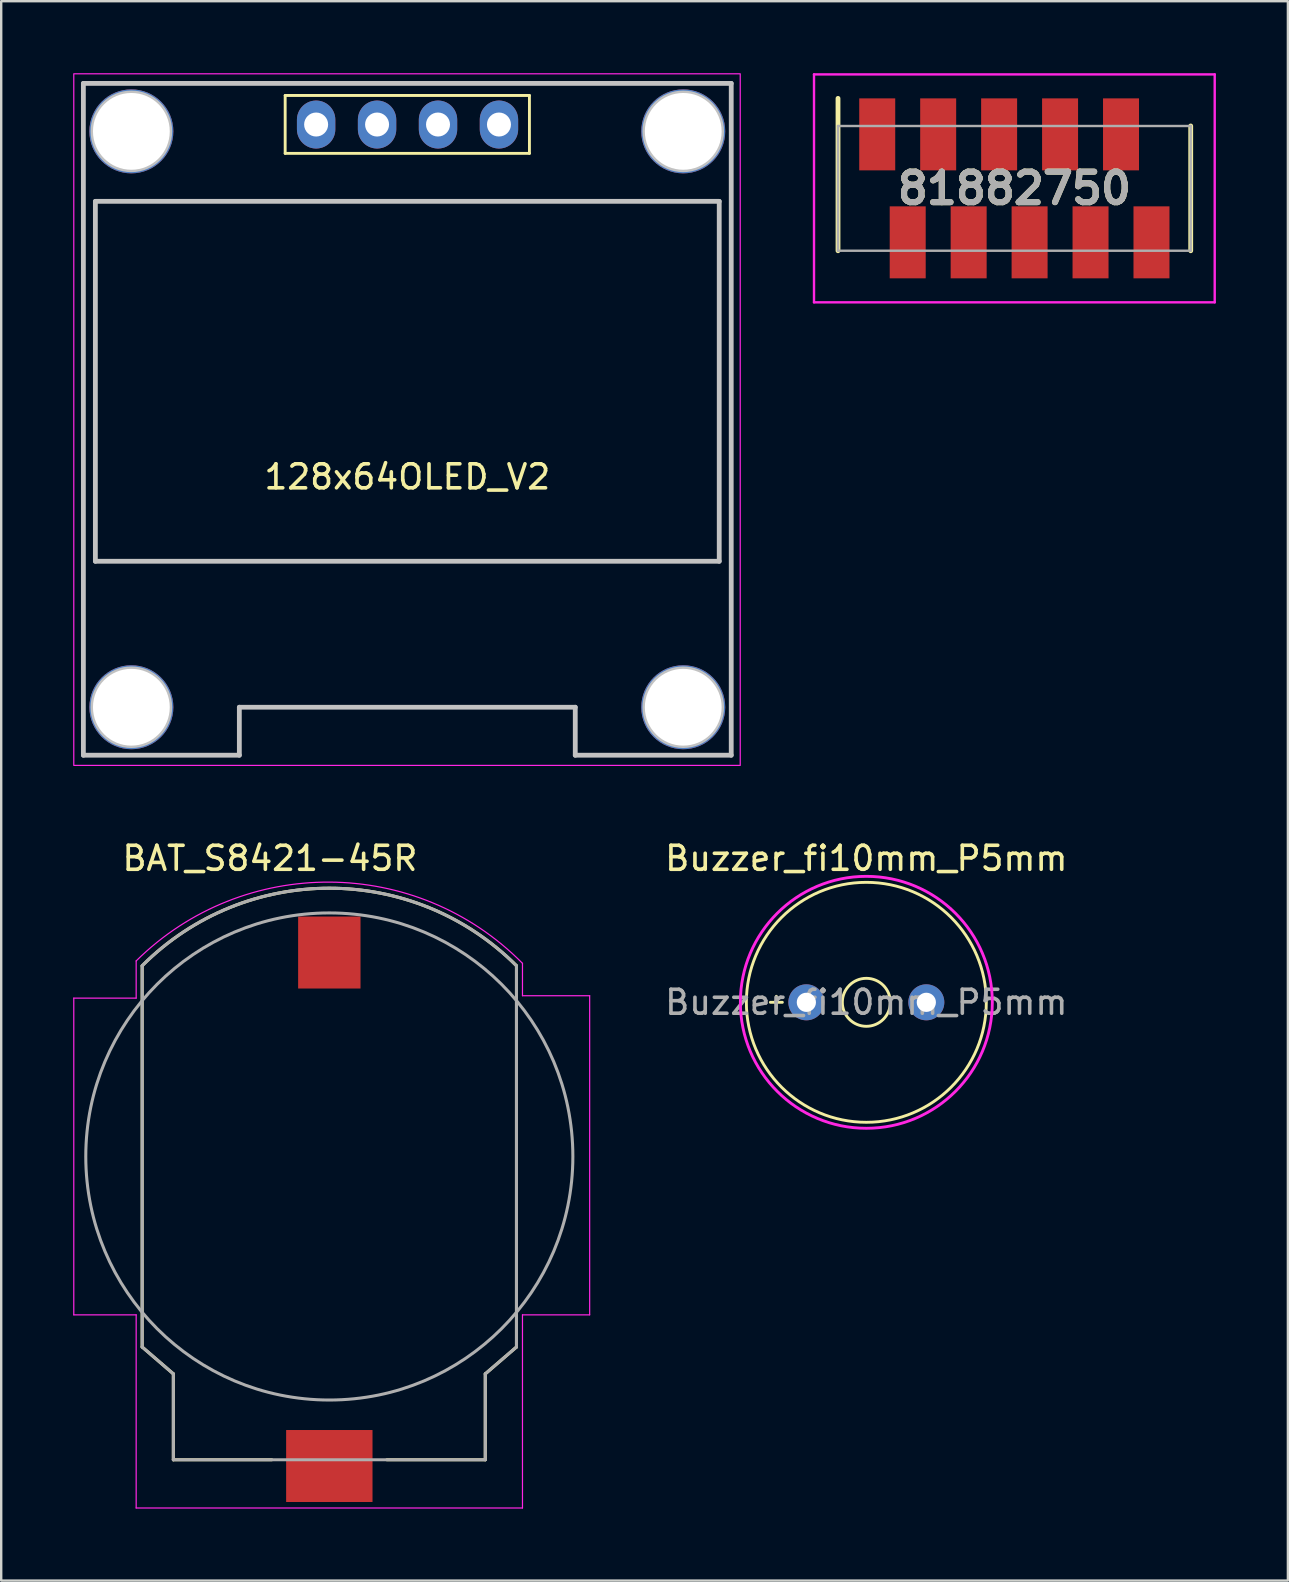
<source format=kicad_pcb>
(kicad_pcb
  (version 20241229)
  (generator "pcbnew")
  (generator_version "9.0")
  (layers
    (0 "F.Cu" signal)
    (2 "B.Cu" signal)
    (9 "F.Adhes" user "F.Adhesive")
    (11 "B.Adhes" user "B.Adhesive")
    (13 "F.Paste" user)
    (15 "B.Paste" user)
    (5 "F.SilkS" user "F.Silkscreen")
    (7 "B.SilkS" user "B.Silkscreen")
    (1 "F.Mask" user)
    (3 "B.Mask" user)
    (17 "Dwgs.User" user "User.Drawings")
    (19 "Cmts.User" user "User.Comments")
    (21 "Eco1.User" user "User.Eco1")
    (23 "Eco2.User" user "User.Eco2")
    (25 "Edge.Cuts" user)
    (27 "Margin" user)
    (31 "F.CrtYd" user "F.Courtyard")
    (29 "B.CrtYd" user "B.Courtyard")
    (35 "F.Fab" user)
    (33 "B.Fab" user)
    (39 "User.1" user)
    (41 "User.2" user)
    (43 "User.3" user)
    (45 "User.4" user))
  (footprint "81882750"
    (layer "F.Cu")
    (at 39.225 4.8)
    (property "Reference" "81882750" (at 0 0 0) (layer "F.SilkS") (effects (font (size 1.27 1.27) (thickness 0.254))))
    (attr smd)
    (fp_line (start -7.35 -3.75) (end -7.35 2.6) (stroke (width 0.2) (type solid)) (layer "F.SilkS"))
    (fp_line (start 7.35 -2.6) (end 7.35 2.6) (stroke (width 0.2) (type solid)) (layer "F.SilkS"))
    (fp_line (start -8.35 -4.75) (end 8.35 -4.75) (stroke (width 0.1) (type solid)) (layer "F.CrtYd"))
    (fp_line (start -8.35 4.75) (end -8.35 -4.75) (stroke (width 0.1) (type solid)) (layer "F.CrtYd"))
    (fp_line (start 8.35 -4.75) (end 8.35 4.75) (stroke (width 0.1) (type solid)) (layer "F.CrtYd"))
    (fp_line (start 8.35 4.75) (end -8.35 4.75) (stroke (width 0.1) (type solid)) (layer "F.CrtYd"))
    (fp_line (start -7.35 -2.6) (end -7.35 2.6) (stroke (width 0.1) (type solid)) (layer "F.Fab"))
    (fp_line (start -7.35 2.6) (end 7.35 2.6) (stroke (width 0.1) (type solid)) (layer "F.Fab"))
    (fp_line (start 7.35 -2.6) (end -7.35 -2.6) (stroke (width 0.1) (type solid)) (layer "F.Fab"))
    (fp_line (start 7.35 2.6) (end 7.35 -2.6) (stroke (width 0.1) (type solid)) (layer "F.Fab"))
    (fp_text user "${REFERENCE}" (at 0 0 0) (layer "F.Fab") (effects (font (size 1.27 1.27) (thickness 0.254))))
    (pad "1" smd rect (at -5.715 -2.25) (size 1.5 3) (layers "F.Cu" "F.Mask" "F.Paste"))
    (pad "2" smd rect (at -4.445 2.25) (size 1.5 3) (layers "F.Cu" "F.Mask" "F.Paste"))
    (pad "3" smd rect (at -3.175 -2.25) (size 1.5 3) (layers "F.Cu" "F.Mask" "F.Paste"))
    (pad "4" smd rect (at -1.905 2.25) (size 1.5 3) (layers "F.Cu" "F.Mask" "F.Paste"))
    (pad "5" smd rect (at -0.635 -2.25) (size 1.5 3) (layers "F.Cu" "F.Mask" "F.Paste"))
    (pad "6" smd rect (at 0.635 2.25) (size 1.5 3) (layers "F.Cu" "F.Mask" "F.Paste"))
    (pad "7" smd rect (at 1.905 -2.25) (size 1.5 3) (layers "F.Cu" "F.Mask" "F.Paste"))
    (pad "8" smd rect (at 3.175 2.25) (size 1.5 3) (layers "F.Cu" "F.Mask" "F.Paste"))
    (pad "9" smd rect (at 4.445 -2.25) (size 1.5 3) (layers "F.Cu" "F.Mask" "F.Paste"))
    (pad "10" smd rect (at 5.715 2.25) (size 1.5 3) (layers "F.Cu" "F.Mask" "F.Paste")))
  (footprint "BAT_S8421-45R"
    (layer "F.Cu")
    (at 10.675 45.148)
    (property "Reference" "BAT_S8421-45R" (at -2.475 -12.425 0) (layer "F.SilkS") (effects (font (size 1 1) (thickness 0.15))))
    (attr through_hole)
    (fp_line (start -7.8 7.94) (end -7.8 -7.94) (stroke (width 0.127) (type solid)) (layer "F.SilkS"))
    (fp_line (start -6.5 9.06) (end -7.8 7.94) (stroke (width 0.127) (type solid)) (layer "F.SilkS"))
    (fp_line (start -6.5 12.64) (end -6.5 9.06) (stroke (width 0.127) (type solid)) (layer "F.SilkS"))
    (fp_line (start -2.4 12.64) (end -6.5 12.64) (stroke (width 0.127) (type solid)) (layer "F.SilkS"))
    (fp_line (start 6.5 9.06) (end 6.5 12.64) (stroke (width 0.127) (type solid)) (layer "F.SilkS"))
    (fp_line (start 6.5 12.64) (end 2.4 12.64) (stroke (width 0.127) (type solid)) (layer "F.SilkS"))
    (fp_line (start 7.8 -7.94) (end 7.8 7.94) (stroke (width 0.127) (type solid)) (layer "F.SilkS"))
    (fp_line (start 7.8 7.94) (end 6.5 9.06) (stroke (width 0.127) (type solid)) (layer "F.SilkS"))
    (fp_arc (start -7.8 -7.95) (mid 0 -11.180866) (end 7.8 -7.95) (stroke (width 0.127) (type solid)) (layer "F.SilkS"))
    (fp_line (start -10.65 -6.6) (end -10.65 6.6) (stroke (width 0.05) (type solid)) (layer "F.CrtYd"))
    (fp_line (start -10.65 6.6) (end -8.05 6.6) (stroke (width 0.05) (type solid)) (layer "F.CrtYd"))
    (fp_line (start -8.05 -8.15) (end -8.05 -6.6) (stroke (width 0.05) (type solid)) (layer "F.CrtYd"))
    (fp_line (start -8.05 -6.6) (end -10.65 -6.6) (stroke (width 0.05) (type solid)) (layer "F.CrtYd"))
    (fp_line (start -8.05 6.6) (end -8.05 14.65) (stroke (width 0.05) (type solid)) (layer "F.CrtYd"))
    (fp_line (start -8.05 14.65) (end 8.05 14.65) (stroke (width 0.05) (type solid)) (layer "F.CrtYd"))
    (fp_line (start 8.05 -6.7) (end 8.05 -8.05) (stroke (width 0.05) (type solid)) (layer "F.CrtYd"))
    (fp_line (start 8.05 6.6) (end 10.85 6.6) (stroke (width 0.05) (type solid)) (layer "F.CrtYd"))
    (fp_line (start 8.05 14.65) (end 8.05 6.6) (stroke (width 0.05) (type solid)) (layer "F.CrtYd"))
    (fp_line (start 10.85 -6.7) (end 8.05 -6.7) (stroke (width 0.05) (type solid)) (layer "F.CrtYd"))
    (fp_line (start 10.85 6.6) (end 10.85 -6.7) (stroke (width 0.05) (type solid)) (layer "F.CrtYd"))
    (fp_arc (start -8.05 -8.15) (mid 0.020711 -11.434419) (end 8.05 -8.05) (stroke (width 0.05) (type solid)) (layer "F.CrtYd"))
    (fp_line (start -7.8 7.94) (end -7.8 -7.94) (stroke (width 0.127) (type solid)) (layer "F.Fab"))
    (fp_line (start -6.5 9.06) (end -7.8 7.94) (stroke (width 0.127) (type solid)) (layer "F.Fab"))
    (fp_line (start -6.5 12.64) (end -6.5 9.06) (stroke (width 0.127) (type solid)) (layer "F.Fab"))
    (fp_line (start 6.5 9.06) (end 6.5 12.64) (stroke (width 0.127) (type solid)) (layer "F.Fab"))
    (fp_line (start 6.5 12.64) (end -6.5 12.64) (stroke (width 0.127) (type solid)) (layer "F.Fab"))
    (fp_line (start 7.8 -7.94) (end 7.8 7.94) (stroke (width 0.127) (type solid)) (layer "F.Fab"))
    (fp_line (start 7.8 7.94) (end 6.5 9.06) (stroke (width 0.127) (type solid)) (layer "F.Fab"))
    (fp_arc (start -7.8 -7.95) (mid 0 -11.180866) (end 7.8 -7.95) (stroke (width 0.127) (type solid)) (layer "F.Fab"))
    (fp_circle (center 0 0) (end 10.15 0) (stroke (width 0.127) (type solid)) (fill no) (layer "F.Fab"))
    (pad "+" smd rect (at 0 12.9) (size 3.6 3) (layers "F.Cu" "F.Mask" "F.Paste"))
    (pad "-" smd rect (at 0 -8.5) (size 2.6 3) (layers "F.Cu" "F.Mask" "F.Paste")))
  (footprint "128x64OLED_V2"
    (layer "F.Cu")
    (at 13.925 14.425)
    (property "Reference" "128x64OLED_V2" (at 0 2.4 0) (layer "F.SilkS") (effects (font (size 1 1) (thickness 0.15))))
    (attr through_hole)
    (fp_line (start -5.09 -13.496) (end -5.09 -11.083) (stroke (width 0.12) (type solid)) (layer "F.SilkS"))
    (fp_line (start -5.09 -13.496) (end 5.09 -13.496) (stroke (width 0.12) (type solid)) (layer "F.SilkS"))
    (fp_line (start 5.09 -13.496) (end 5.09 -11.083) (stroke (width 0.12) (type solid)) (layer "F.SilkS"))
    (fp_line (start 5.09 -11.083) (end -5.09 -11.083) (stroke (width 0.12) (type solid)) (layer "F.SilkS"))
    (fp_line (start -13.5 -14) (end -13.5 14) (stroke (width 0.2) (type solid)) (layer "Dwgs.User"))
    (fp_line (start -13.5 -14) (end 13.5 -14) (stroke (width 0.2) (type solid)) (layer "Dwgs.User"))
    (fp_line (start -13.5 14) (end -7 14) (stroke (width 0.2) (type solid)) (layer "Dwgs.User"))
    (fp_line (start -13 -9.083) (end -13 5.917) (stroke (width 0.2) (type solid)) (layer "Dwgs.User"))
    (fp_line (start -13 -9.083) (end 13 -9.083) (stroke (width 0.2) (type solid)) (layer "Dwgs.User"))
    (fp_line (start -13 5.917) (end 13 5.917) (stroke (width 0.2) (type solid)) (layer "Dwgs.User"))
    (fp_line (start -7 12) (end -7 14) (stroke (width 0.2) (type solid)) (layer "Dwgs.User"))
    (fp_line (start -7 12) (end 7 12) (stroke (width 0.2) (type solid)) (layer "Dwgs.User"))
    (fp_line (start 7 12) (end 7 14) (stroke (width 0.2) (type solid)) (layer "Dwgs.User"))
    (fp_line (start 7 14) (end 13.5 14) (stroke (width 0.2) (type solid)) (layer "Dwgs.User"))
    (fp_line (start 13 -9.083) (end 13 5.917) (stroke (width 0.2) (type solid)) (layer "Dwgs.User"))
    (fp_line (start 13.5 -14) (end 13.5 14) (stroke (width 0.2) (type solid)) (layer "Dwgs.User"))
    (fp_circle (center -11.5 -12) (end -9.9 -12) (stroke (width 0.2) (type solid)) (fill no) (layer "Dwgs.User"))
    (fp_circle (center -11.5 12) (end -9.9 12) (stroke (width 0.2) (type solid)) (fill no) (layer "Dwgs.User"))
    (fp_circle (center 11.5 -12) (end 13.1 -12) (stroke (width 0.2) (type solid)) (fill no) (layer "Dwgs.User"))
    (fp_circle (center 11.5 12) (end 13.1 12) (stroke (width 0.2) (type solid)) (fill no) (layer "Dwgs.User"))
    (fp_rect (start -13.9 -14.4) (end 13.875 14.425) (stroke (width 0.05) (type default)) (fill no) (layer "F.CrtYd"))
    (pad "" np_thru_hole circle (at -11.5 -12) (size 3.5 3.5) (drill 3.2) (layers "*.Cu" "*.Mask"))
    (pad "" np_thru_hole circle (at -11.5 12) (size 3.5 3.5) (drill 3.2) (layers "*.Cu" "*.Mask"))
    (pad "" np_thru_hole circle (at 11.5 -12) (size 3.5 3.5) (drill 3.2) (layers "*.Cu" "*.Mask"))
    (pad "" np_thru_hole circle (at 11.5 12) (size 3.5 3.5) (drill 3.2) (layers "*.Cu" "*.Mask"))
    (pad "1" thru_hole oval (at -3.8 -12.285 90) (size 2 1.6) (drill 1) (layers "*.Cu" "*.Mask"))
    (pad "2" thru_hole oval (at -1.26 -12.285 90) (size 2 1.6) (drill 1) (layers "*.Cu" "*.Mask"))
    (pad "3" thru_hole oval (at 1.28 -12.285 90) (size 2 1.6) (drill 1) (layers "*.Cu" "*.Mask"))
    (pad "4" thru_hole oval (at 3.82 -12.285 90) (size 2 1.6) (drill 1) (layers "*.Cu" "*.Mask")))
  (footprint "Buzzer_fi10mm_P5mm"
    (layer "F.Cu")
    (at 33.056 38.723)
    (property "Reference" "Buzzer_fi10mm_P5mm" (at 0 -6 0) (unlocked yes) (layer "F.SilkS") (effects (font (size 1 1) (thickness 0.15))))
    (attr through_hole)
    (fp_line (start -4 0) (end -3.5 0) (stroke (width 0.12) (type solid)) (layer "F.SilkS"))
    (fp_line (start -3.75 0.25) (end -3.75 -0.25) (stroke (width 0.12) (type solid)) (layer "F.SilkS"))
    (fp_circle (center 0 0) (end 1 0) (stroke (width 0.12) (type solid)) (fill no) (layer "F.SilkS"))
    (fp_circle (center 0 0) (end 5 0) (stroke (width 0.12) (type solid)) (fill no) (layer "F.SilkS"))
    (fp_circle (center 0 0) (end 5.25 0) (stroke (width 0.12) (type solid)) (fill no) (layer "F.CrtYd"))
    (fp_text user "${REFERENCE}" (at 0 0 0) (unlocked yes) (layer "F.Fab") (effects (font (size 1 1) (thickness 0.15))))
    (pad "1" thru_hole circle (at -2.5 0) (size 1.5 1.5) (drill 0.8) (layers "*.Cu" "*.Mask"))
    (pad "2" thru_hole circle (at 2.5 0) (size 1.5 1.5) (drill 0.8) (layers "*.Cu" "*.Mask")))
  (gr_rect
    (start -3 -3)
    (end 50.625 62.823)
    (stroke (width 0.1) (type default))
    (fill no)
    (layer "Edge.Cuts")))
</source>
